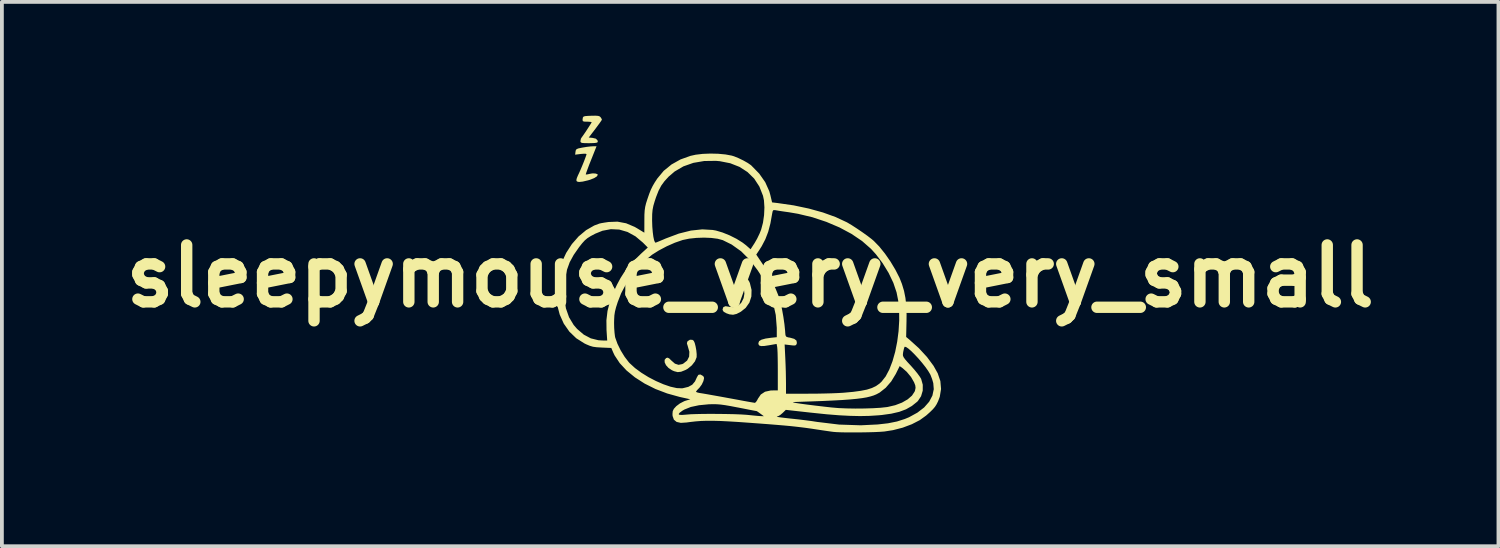
<source format=kicad_pcb>
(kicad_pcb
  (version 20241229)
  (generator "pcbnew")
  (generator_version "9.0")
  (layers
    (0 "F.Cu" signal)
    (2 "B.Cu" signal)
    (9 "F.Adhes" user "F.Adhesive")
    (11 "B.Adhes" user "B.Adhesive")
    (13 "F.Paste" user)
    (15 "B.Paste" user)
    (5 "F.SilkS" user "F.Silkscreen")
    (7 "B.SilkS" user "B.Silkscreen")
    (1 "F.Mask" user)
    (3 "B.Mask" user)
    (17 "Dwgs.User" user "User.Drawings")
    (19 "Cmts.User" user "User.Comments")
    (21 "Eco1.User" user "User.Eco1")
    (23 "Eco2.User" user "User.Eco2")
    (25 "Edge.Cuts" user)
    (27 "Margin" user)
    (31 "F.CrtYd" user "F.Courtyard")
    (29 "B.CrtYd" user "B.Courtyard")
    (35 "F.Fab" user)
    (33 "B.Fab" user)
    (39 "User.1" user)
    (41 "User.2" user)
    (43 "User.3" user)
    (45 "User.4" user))
  (footprint "sleepymouse_very_very_small"
    (layer "F.Cu")
    (at 16.729 4.23)
    (property "Reference" "sleepymouse_very_very_small" (at 0 0 0) (layer "F.SilkS") (effects (font (size 1.5 1.5) (thickness 0.3))))
    (attr board_only exclude_from_pos_files exclude_from_bom)
    (fp_poly (pts (xy -0.076 0.064) (xy -0.026 0.143) (xy -0.008 0.184) (xy 0.036 0.364) (xy 0.031 0.538) (xy -0.021 0.698) (xy -0.118 0.836) (xy -0.244 0.937) (xy -0.357 0.996) (xy -0.452 1.019) (xy -0.547 1.008) (xy -0.627 0.98) (xy -0.698 0.941) (xy -0.726 0.895) (xy -0.728 0.876) (xy -0.708 0.817) (xy -0.65 0.793) (xy -0.559 0.807) (xy -0.551 0.81) (xy -0.444 0.819) (xy -0.337 0.786) (xy -0.249 0.718) (xy -0.23 0.693) (xy -0.174 0.581) (xy -0.153 0.464) (xy -0.166 0.326) (xy -0.177 0.273) (xy -0.197 0.175) (xy -0.203 0.115) (xy -0.194 0.078) (xy -0.181 0.061) (xy -0.129 0.037)) (stroke (width 0) (type solid)) (fill yes) (layer "F.SilkS"))
    (fp_poly (pts (xy -1.524 1.68) (xy -1.489 1.705) (xy -1.463 1.761) (xy -1.44 1.85) (xy -1.421 1.956) (xy -1.411 2.057) (xy -1.412 2.134) (xy -1.413 2.14) (xy -1.456 2.247) (xy -1.538 2.352) (xy -1.646 2.441) (xy -1.711 2.477) (xy -1.822 2.521) (xy -1.912 2.531) (xy -2.005 2.507) (xy -2.064 2.481) (xy -2.154 2.421) (xy -2.22 2.348) (xy -2.255 2.273) (xy -2.256 2.207) (xy -2.216 2.16) (xy -2.215 2.159) (xy -2.176 2.15) (xy -2.134 2.171) (xy -2.079 2.225) (xy -1.984 2.308) (xy -1.89 2.339) (xy -1.793 2.32) (xy -1.765 2.307) (xy -1.663 2.227) (xy -1.61 2.122) (xy -1.604 1.994) (xy -1.647 1.843) (xy -1.647 1.842) (xy -1.668 1.777) (xy -1.66 1.734) (xy -1.647 1.714) (xy -1.588 1.677)) (stroke (width 0) (type solid)) (fill yes) (layer "F.SilkS"))
    (fp_poly (pts (xy -4.197 -3.057) (xy -4.249 -2.927) (xy -4.29 -2.816) (xy -4.32 -2.733) (xy -4.334 -2.687) (xy -4.334 -2.68) (xy -4.304 -2.68) (xy -4.244 -2.693) (xy -4.234 -2.696) (xy -4.157 -2.709) (xy -4.084 -2.706) (xy -4.032 -2.69) (xy -4.018 -2.671) (xy -4.043 -2.629) (xy -4.114 -2.584) (xy -4.222 -2.541) (xy -4.276 -2.525) (xy -4.417 -2.492) (xy -4.514 -2.482) (xy -4.568 -2.495) (xy -4.584 -2.528) (xy -4.571 -2.584) (xy -4.542 -2.654) (xy -4.541 -2.656) (xy -4.511 -2.719) (xy -4.471 -2.809) (xy -4.427 -2.914) (xy -4.384 -3.02) (xy -4.348 -3.115) (xy -4.323 -3.185) (xy -4.314 -3.216) (xy -4.338 -3.226) (xy -4.401 -3.226) (xy -4.465 -3.221) (xy -4.615 -3.202) (xy -4.606 -3.279) (xy -4.597 -3.322) (xy -4.575 -3.349) (xy -4.526 -3.368) (xy -4.438 -3.386) (xy -4.422 -3.389) (xy -4.313 -3.407) (xy -4.21 -3.419) (xy -4.149 -3.423) (xy -4.051 -3.424)) (stroke (width 0) (type solid)) (fill yes) (layer "F.SilkS"))
    (fp_poly (pts (xy -4.01 -4.225) (xy -3.968 -4.211) (xy -3.944 -4.189) (xy -3.916 -4.144) (xy -3.91 -4.125) (xy -3.925 -4.098) (xy -3.967 -4.038) (xy -4.028 -3.955) (xy -4.083 -3.881) (xy -4.257 -3.654) (xy -4.158 -3.645) (xy -4.069 -3.624) (xy -4.025 -3.579) (xy -4.018 -3.539) (xy -4.036 -3.521) (xy -4.093 -3.51) (xy -4.195 -3.506) (xy -4.247 -3.505) (xy -4.358 -3.506) (xy -4.426 -3.511) (xy -4.461 -3.522) (xy -4.474 -3.541) (xy -4.476 -3.56) (xy -4.464 -3.622) (xy -4.449 -3.648) (xy -4.418 -3.691) (xy -4.37 -3.76) (xy -4.314 -3.843) (xy -4.26 -3.926) (xy -4.214 -3.998) (xy -4.185 -4.046) (xy -4.179 -4.058) (xy -4.204 -4.066) (xy -4.265 -4.071) (xy -4.303 -4.072) (xy -4.378 -4.074) (xy -4.412 -4.086) (xy -4.42 -4.117) (xy -4.417 -4.146) (xy -4.411 -4.183) (xy -4.394 -4.205) (xy -4.356 -4.218) (xy -4.285 -4.224) (xy -4.193 -4.228) (xy -4.081 -4.23)) (stroke (width 0) (type solid)) (fill yes) (layer "F.SilkS"))
    (fp_poly (pts (xy -0.844 -3.226) (xy -0.652 -3.208) (xy -0.49 -3.178) (xy -0.426 -3.159) (xy -0.306 -3.11) (xy -0.18 -3.049) (xy -0.065 -2.984) (xy 0.019 -2.926) (xy 0.027 -2.919) (xy 0.238 -2.703) (xy 0.396 -2.477) (xy 0.503 -2.239) (xy 0.532 -2.135) (xy 0.577 -1.944) (xy 0.727 -1.926) (xy 1.148 -1.865) (xy 1.547 -1.781) (xy 1.918 -1.678) (xy 2.251 -1.558) (xy 2.541 -1.423) (xy 2.562 -1.412) (xy 2.676 -1.344) (xy 2.812 -1.256) (xy 2.955 -1.159) (xy 3.091 -1.062) (xy 3.204 -0.975) (xy 3.26 -0.927) (xy 3.404 -0.779) (xy 3.553 -0.594) (xy 3.698 -0.385) (xy 3.828 -0.168) (xy 3.936 0.043) (xy 4.001 0.207) (xy 4.056 0.39) (xy 4.093 0.576) (xy 4.115 0.778) (xy 4.123 1.009) (xy 4.121 1.2) (xy 4.112 1.604) (xy 4.193 1.671) (xy 4.447 1.9) (xy 4.662 2.133) (xy 4.834 2.365) (xy 4.944 2.562) (xy 5.014 2.767) (xy 5.032 2.976) (xy 4.998 3.182) (xy 4.954 3.299) (xy 4.915 3.378) (xy 4.873 3.444) (xy 4.819 3.508) (xy 4.742 3.584) (xy 4.64 3.675) (xy 4.471 3.797) (xy 4.261 3.905) (xy 4.022 3.995) (xy 3.766 4.061) (xy 3.536 4.097) (xy 3.427 4.105) (xy 3.28 4.112) (xy 3.108 4.117) (xy 2.923 4.12) (xy 2.734 4.121) (xy 2.556 4.121) (xy 2.398 4.118) (xy 2.272 4.113) (xy 2.198 4.107) (xy 2.141 4.1) (xy 2.043 4.086) (xy 1.919 4.068) (xy 1.781 4.047) (xy 1.766 4.045) (xy 1.61 4.021) (xy 1.468 4.001) (xy 1.332 3.984) (xy 1.194 3.968) (xy 1.046 3.952) (xy 0.881 3.937) (xy 0.691 3.921) (xy 0.468 3.903) (xy 0.204 3.883) (xy 0 3.868) (xy -0.307 3.846) (xy -0.569 3.83) (xy -0.791 3.819) (xy -0.982 3.814) (xy -1.149 3.814) (xy -1.3 3.819) (xy -1.441 3.83) (xy -1.581 3.846) (xy -1.677 3.859) (xy -1.829 3.869) (xy -1.94 3.844) (xy -2.012 3.785) (xy -2.041 3.701) (xy 0.703 3.701) (xy 0.705 3.707) (xy 0.736 3.715) (xy 0.81 3.726) (xy 0.918 3.739) (xy 1.05 3.754) (xy 1.108 3.76) (xy 1.277 3.778) (xy 1.456 3.8) (xy 1.623 3.822) (xy 1.759 3.843) (xy 1.766 3.844) (xy 2.343 3.914) (xy 2.915 3.933) (xy 3.363 3.911) (xy 3.635 3.88) (xy 3.869 3.833) (xy 4.075 3.767) (xy 4.189 3.72) (xy 4.409 3.599) (xy 4.587 3.462) (xy 4.719 3.311) (xy 4.804 3.15) (xy 4.84 2.981) (xy 4.827 2.821) (xy 4.797 2.717) (xy 4.758 2.615) (xy 4.746 2.589) (xy 4.691 2.497) (xy 4.617 2.393) (xy 4.529 2.282) (xy 4.434 2.171) (xy 4.338 2.068) (xy 4.248 1.978) (xy 4.17 1.91) (xy 4.109 1.869) (xy 4.074 1.862) (xy 4.069 1.867) (xy 4.053 1.914) (xy 4.036 1.989) (xy 4.032 2.012) (xy 4.026 2.06) (xy 4.028 2.099) (xy 4.046 2.14) (xy 4.083 2.192) (xy 4.146 2.265) (xy 4.236 2.362) (xy 4.328 2.466) (xy 4.411 2.568) (xy 4.474 2.655) (xy 4.507 2.709) (xy 4.55 2.863) (xy 4.549 3.02) (xy 4.505 3.167) (xy 4.422 3.292) (xy 4.402 3.312) (xy 4.263 3.423) (xy 4.109 3.511) (xy 3.93 3.578) (xy 3.719 3.627) (xy 3.467 3.662) (xy 3.376 3.67) (xy 3.142 3.685) (xy 2.898 3.69) (xy 2.635 3.684) (xy 2.345 3.669) (xy 2.021 3.643) (xy 1.653 3.605) (xy 1.595 3.599) (xy 0.939 3.526) (xy 0.853 3.61) (xy 0.792 3.661) (xy 0.742 3.691) (xy 0.729 3.694) (xy 0.703 3.701) (xy -2.041 3.701) (xy -2.046 3.689) (xy -2.049 3.638) (xy -1.887 3.638) (xy -1.865 3.657) (xy -1.794 3.66) (xy -1.679 3.651) (xy -1.572 3.642) (xy -1.422 3.637) (xy -1.241 3.633) (xy -1.039 3.632) (xy -0.827 3.633) (xy -0.617 3.636) (xy -0.419 3.64) (xy -0.244 3.647) (xy -0.103 3.656) (xy -0.04 3.662) (xy 0.076 3.674) (xy 0.183 3.684) (xy 0.261 3.69) (xy 0.268 3.69) (xy 0.361 3.694) (xy 0.27 3.627) (xy 0.212 3.585) (xy 0.176 3.561) (xy 0.171 3.559) (xy 0.144 3.554) (xy 0.072 3.541) (xy -0.036 3.52) (xy -0.172 3.493) (xy -0.327 3.463) (xy -0.329 3.463) (xy -0.515 3.427) (xy -0.661 3.402) (xy -0.779 3.386) (xy -0.881 3.378) (xy -0.978 3.376) (xy -1.084 3.379) (xy -1.092 3.379) (xy -1.35 3.404) (xy -1.566 3.45) (xy -1.736 3.518) (xy -1.786 3.547) (xy -1.86 3.602) (xy -1.887 3.638) (xy -2.049 3.638) (xy -2.049 3.634) (xy -2.042 3.559) (xy -2.013 3.499) (xy -1.952 3.432) (xy -1.947 3.427) (xy -1.852 3.356) (xy -1.742 3.299) (xy -1.712 3.288) (xy -1.579 3.247) (xy -1.86 3.185) (xy -2.188 3.094) (xy -2.498 2.976) (xy -2.783 2.833) (xy -3.039 2.669) (xy -3.26 2.488) (xy -3.44 2.294) (xy -3.575 2.09) (xy -3.611 2.014) (xy -3.662 1.894) (xy -3.918 1.883) (xy -4.048 1.875) (xy -4.144 1.862) (xy -4.229 1.837) (xy -4.322 1.798) (xy -4.373 1.773) (xy -4.586 1.638) (xy -4.768 1.463) (xy -4.915 1.253) (xy -5.022 1.014) (xy -5.072 0.825) (xy -5.089 0.68) (xy -5.097 0.502) (xy -5.095 0.31) (xy -5.094 0.284) (xy -4.898 0.284) (xy -4.898 0.585) (xy -4.858 0.851) (xy -4.776 1.085) (xy -4.654 1.288) (xy -4.562 1.394) (xy -4.387 1.543) (xy -4.202 1.641) (xy -4.003 1.69) (xy -3.9 1.697) (xy -3.77 1.699) (xy -3.788 1.422) (xy -3.79 1.237) (xy -3.589 1.237) (xy -3.586 1.367) (xy -3.577 1.491) (xy -3.565 1.589) (xy -3.558 1.621) (xy -3.5 1.783) (xy -3.414 1.959) (xy -3.31 2.128) (xy -3.201 2.27) (xy -3.178 2.295) (xy -3.037 2.424) (xy -2.868 2.548) (xy -2.681 2.664) (xy -2.484 2.766) (xy -2.289 2.851) (xy -2.103 2.915) (xy -1.937 2.952) (xy -1.799 2.958) (xy -1.775 2.955) (xy -1.632 2.92) (xy -1.529 2.864) (xy -1.455 2.776) (xy -1.403 2.663) (xy -1.367 2.603) (xy -1.315 2.593) (xy -1.254 2.626) (xy -1.223 2.656) (xy -1.217 2.695) (xy -1.233 2.764) (xy -1.234 2.768) (xy -1.277 2.859) (xy -1.338 2.942) (xy -1.348 2.952) (xy -1.398 3.004) (xy -1.427 3.042) (xy -1.429 3.048) (xy -1.405 3.064) (xy -1.346 3.079) (xy -1.328 3.082) (xy -1.258 3.093) (xy -1.14 3.113) (xy -0.979 3.142) (xy -0.782 3.177) (xy -0.553 3.219) (xy -0.297 3.266) (xy -0.175 3.289) (xy -0.059 3.31) (xy 0.039 3.327) (xy 0.104 3.338) (xy 0.124 3.341) (xy 0.148 3.323) (xy 1.125 3.323) (xy 1.143 3.332) (xy 1.212 3.346) (xy 1.332 3.364) (xy 1.502 3.387) (xy 1.719 3.414) (xy 1.983 3.445) (xy 2.144 3.463) (xy 2.327 3.479) (xy 2.541 3.488) (xy 2.773 3.492) (xy 3.009 3.49) (xy 3.234 3.483) (xy 3.436 3.471) (xy 3.601 3.453) (xy 3.627 3.449) (xy 3.824 3.403) (xy 4.002 3.335) (xy 4.152 3.249) (xy 4.265 3.151) (xy 4.335 3.045) (xy 4.345 3.019) (xy 4.36 2.946) (xy 4.352 2.88) (xy 4.321 2.8) (xy 4.24 2.659) (xy 4.128 2.524) (xy 4.017 2.426) (xy 3.941 2.372) (xy 3.838 2.58) (xy 3.718 2.777) (xy 3.573 2.944) (xy 3.412 3.071) (xy 3.326 3.117) (xy 3.253 3.147) (xy 3.168 3.173) (xy 3.069 3.197) (xy 2.95 3.217) (xy 2.807 3.235) (xy 2.637 3.251) (xy 2.434 3.266) (xy 2.195 3.279) (xy 1.915 3.292) (xy 1.591 3.304) (xy 1.217 3.317) (xy 1.159 3.319) (xy 1.125 3.323) (xy 0.148 3.323) (xy 0.152 3.32) (xy 0.188 3.265) (xy 0.202 3.235) (xy 0.28 3.121) (xy 0.391 3.048) (xy 0.536 3.016) (xy 0.58 3.014) (xy 0.728 3.013) (xy 0.728 2.481) (xy 0.727 2.311) (xy 0.725 2.156) (xy 0.722 2.024) (xy 0.717 1.925) (xy 0.712 1.87) (xy 0.712 1.868) (xy 0.696 1.788) (xy 0.495 1.823) (xy 0.369 1.842) (xy 0.286 1.844) (xy 0.238 1.829) (xy 0.218 1.794) (xy 0.216 1.766) (xy 0.235 1.715) (xy 0.297 1.676) (xy 0.405 1.646) (xy 0.546 1.626) (xy 0.701 1.61) (xy 0.701 1.365) (xy 0.674 1.024) (xy 0.599 0.686) (xy 0.495 0.404) (xy 0.429 0.258) (xy 0.375 0.146) (xy 0.325 0.052) (xy 0.271 -0.04) (xy 0.203 -0.144) (xy 0.201 -0.148) (xy -0.008 -0.425) (xy -0.152 -0.568) (xy 0.16 -0.568) (xy 0.228 -0.466) (xy 0.29 -0.375) (xy 0.354 -0.278) (xy 0.367 -0.259) (xy 0.437 -0.143) (xy 0.517 0.008) (xy 0.599 0.176) (xy 0.676 0.345) (xy 0.738 0.499) (xy 0.765 0.574) (xy 0.803 0.711) (xy 0.841 0.884) (xy 0.875 1.076) (xy 0.903 1.27) (xy 0.921 1.446) (xy 0.923 1.482) (xy 0.93 1.557) (xy 0.949 1.595) (xy 0.996 1.614) (xy 1.05 1.623) (xy 1.161 1.654) (xy 1.22 1.7) (xy 1.231 1.763) (xy 1.227 1.779) (xy 1.212 1.813) (xy 1.184 1.828) (xy 1.129 1.828) (xy 1.058 1.82) (xy 0.908 1.802) (xy 0.926 2.172) (xy 0.933 2.341) (xy 0.939 2.522) (xy 0.942 2.692) (xy 0.944 2.822) (xy 0.944 3.101) (xy 1.544 3.1) (xy 1.744 3.099) (xy 1.949 3.095) (xy 2.144 3.09) (xy 2.317 3.083) (xy 2.452 3.075) (xy 2.467 3.074) (xy 2.715 3.051) (xy 2.915 3.024) (xy 3.078 2.992) (xy 3.209 2.95) (xy 3.316 2.899) (xy 3.408 2.834) (xy 3.463 2.783) (xy 3.572 2.644) (xy 3.669 2.46) (xy 3.753 2.241) (xy 3.823 1.994) (xy 3.876 1.728) (xy 3.912 1.451) (xy 3.929 1.172) (xy 3.927 0.9) (xy 3.902 0.643) (xy 3.859 0.428) (xy 3.774 0.176) (xy 3.649 -0.085) (xy 3.492 -0.341) (xy 3.313 -0.578) (xy 3.185 -0.719) (xy 2.951 -0.924) (xy 2.672 -1.113) (xy 2.355 -1.283) (xy 2.009 -1.43) (xy 1.642 -1.552) (xy 1.261 -1.643) (xy 1.021 -1.684) (xy 0.892 -1.702) (xy 0.779 -1.719) (xy 0.695 -1.733) (xy 0.655 -1.74) (xy 0.615 -1.741) (xy 0.593 -1.713) (xy 0.58 -1.652) (xy 0.533 -1.39) (xy 0.475 -1.169) (xy 0.4 -0.973) (xy 0.304 -0.789) (xy 0.236 -0.682) (xy 0.16 -0.568) (xy -0.152 -0.568) (xy -0.238 -0.654) (xy -0.489 -0.833) (xy -0.724 -0.949) (xy -0.857 -0.985) (xy -1.026 -1.007) (xy -1.218 -1.015) (xy -1.417 -1.008) (xy -1.608 -0.988) (xy -1.777 -0.953) (xy -1.787 -0.95) (xy -1.986 -0.881) (xy -2.201 -0.786) (xy -2.411 -0.675) (xy -2.589 -0.563) (xy -2.83 -0.364) (xy -3.051 -0.122) (xy -3.244 0.154) (xy -3.402 0.452) (xy -3.492 0.682) (xy -3.537 0.822) (xy -3.565 0.933) (xy -3.581 1.035) (xy -3.587 1.149) (xy -3.589 1.237) (xy -3.79 1.237) (xy -3.791 1.166) (xy -3.762 0.919) (xy -3.699 0.671) (xy -3.599 0.41) (xy -3.514 0.229) (xy -3.417 0.048) (xy -3.315 -0.112) (xy -3.197 -0.264) (xy -3.055 -0.419) (xy -2.879 -0.59) (xy -2.839 -0.627) (xy -2.7 -0.754) (xy -2.828 -0.883) (xy -3.025 -1.049) (xy -3.234 -1.164) (xy -3.45 -1.227) (xy -3.672 -1.238) (xy -3.895 -1.196) (xy -4.085 -1.119) (xy -4.204 -1.056) (xy -4.291 -1.001) (xy -4.361 -0.942) (xy -4.43 -0.866) (xy -4.51 -0.765) (xy -4.653 -0.56) (xy -4.759 -0.366) (xy -4.831 -0.166) (xy -4.876 0.054) (xy -4.898 0.284) (xy -5.094 0.284) (xy -5.084 0.124) (xy -5.063 -0.037) (xy -5.054 -0.084) (xy -4.971 -0.357) (xy -4.851 -0.613) (xy -4.701 -0.845) (xy -4.524 -1.047) (xy -4.326 -1.212) (xy -4.113 -1.334) (xy -3.977 -1.385) (xy -3.924 -1.397) (xy -3.836 -1.412) (xy -3.734 -1.427) (xy -3.498 -1.436) (xy -3.271 -1.393) (xy -3.046 -1.298) (xy -2.98 -1.26) (xy -2.791 -1.145) (xy -2.79 -1.469) (xy -2.79 -1.492) (xy -2.586 -1.492) (xy -2.586 -1.461) (xy -2.581 -1.305) (xy -2.569 -1.161) (xy -2.553 -1.038) (xy -2.533 -0.945) (xy -2.51 -0.892) (xy -2.494 -0.882) (xy -2.459 -0.895) (xy -2.387 -0.924) (xy -2.29 -0.965) (xy -2.225 -0.993) (xy -1.883 -1.121) (xy -1.563 -1.201) (xy -1.264 -1.233) (xy -0.989 -1.217) (xy -0.901 -1.201) (xy -0.729 -1.15) (xy -0.543 -1.075) (xy -0.36 -0.983) (xy -0.2 -0.883) (xy -0.109 -0.813) (xy 0.01 -0.708) (xy 0.117 -0.873) (xy 0.184 -0.99) (xy 0.249 -1.126) (xy 0.289 -1.227) (xy 0.337 -1.408) (xy 0.366 -1.608) (xy 0.375 -1.811) (xy 0.363 -1.997) (xy 0.338 -2.118) (xy 0.242 -2.361) (xy 0.105 -2.571) (xy -0.071 -2.744) (xy -0.282 -2.88) (xy -0.526 -2.976) (xy -0.8 -3.03) (xy -0.903 -3.039) (xy -1.212 -3.035) (xy -1.499 -2.986) (xy -1.76 -2.894) (xy -1.991 -2.759) (xy -2.149 -2.624) (xy -2.258 -2.505) (xy -2.345 -2.386) (xy -2.416 -2.251) (xy -2.481 -2.085) (xy -2.518 -1.974) (xy -2.553 -1.854) (xy -2.574 -1.747) (xy -2.584 -1.634) (xy -2.586 -1.492) (xy -2.79 -1.492) (xy -2.789 -1.619) (xy -2.782 -1.732) (xy -2.768 -1.828) (xy -2.745 -1.922) (xy -2.713 -2.022) (xy -2.663 -2.168) (xy -2.619 -2.279) (xy -2.573 -2.373) (xy -2.518 -2.468) (xy -2.447 -2.576) (xy -2.28 -2.776) (xy -2.074 -2.944) (xy -1.836 -3.077) (xy -1.573 -3.171) (xy -1.437 -3.201) (xy -1.252 -3.223) (xy -1.049 -3.231)) (stroke (width 0) (type solid)) (fill yes) (layer "F.SilkS")))
  (gr_rect
    (start -3 -3)
    (end 36.457 11.351)
    (stroke (width 0.1) (type default))
    (fill no)
    (layer "Edge.Cuts")))
</source>
